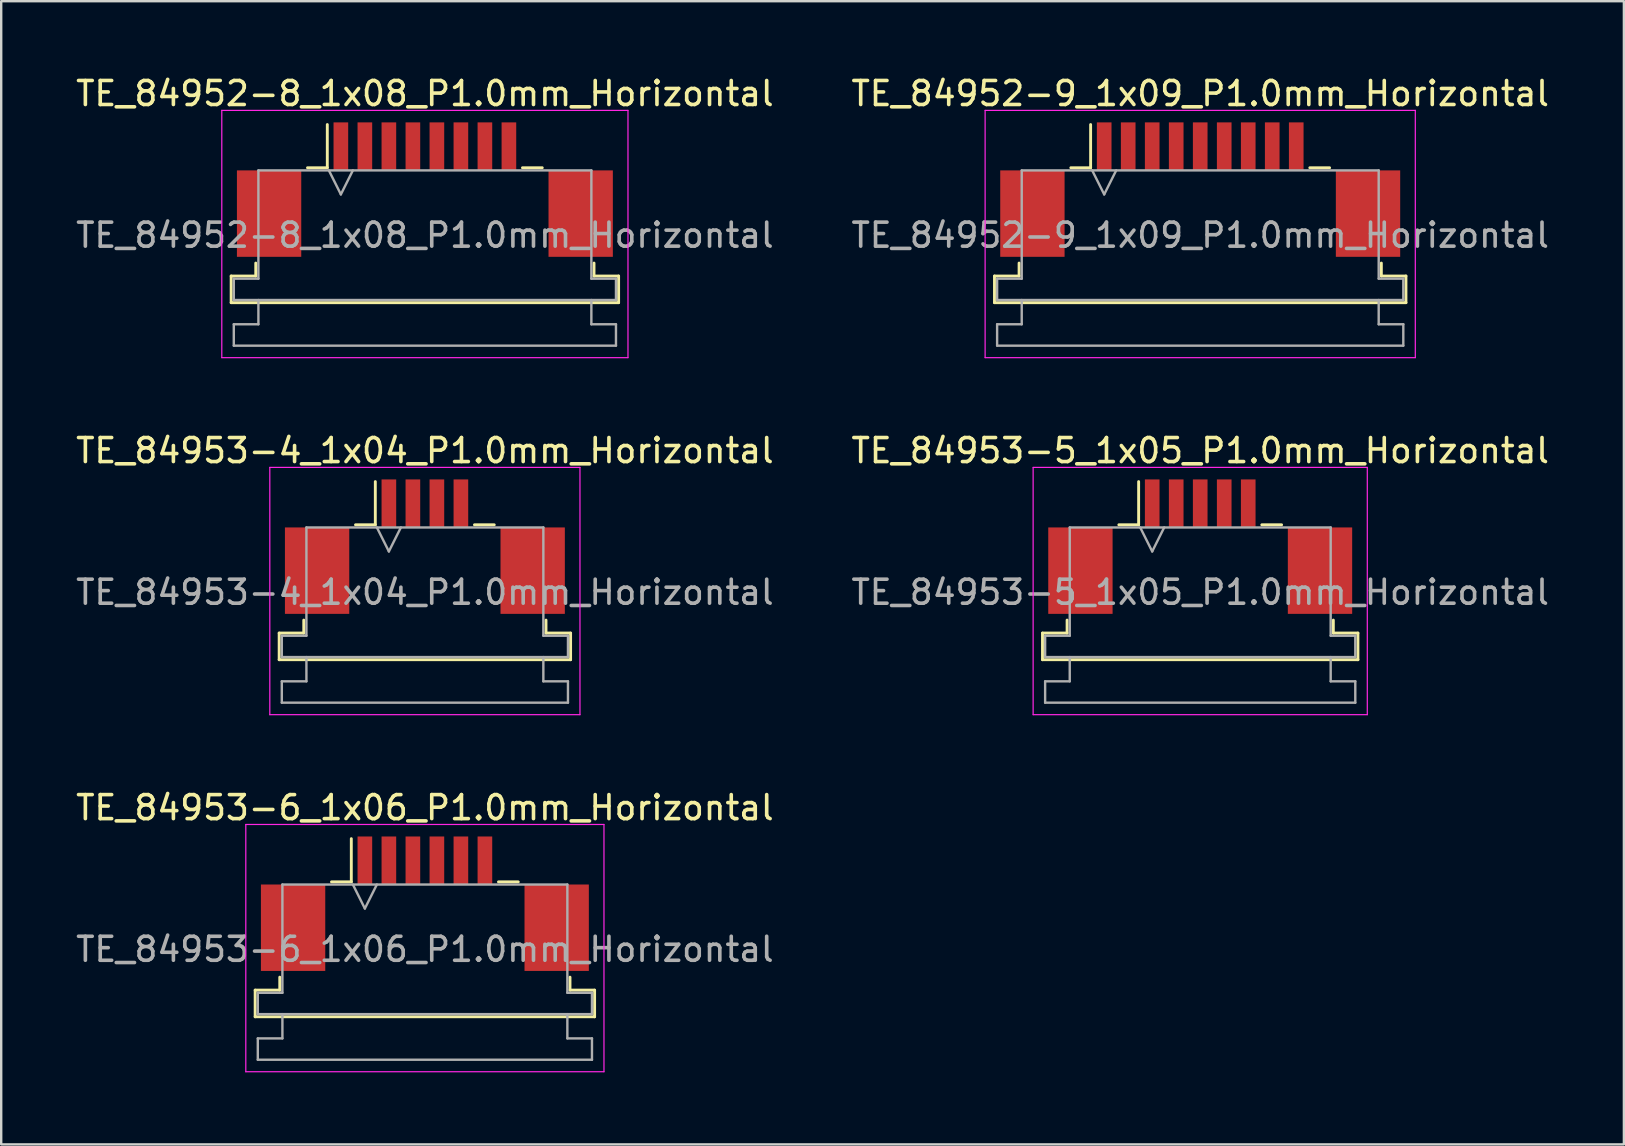
<source format=kicad_pcb>
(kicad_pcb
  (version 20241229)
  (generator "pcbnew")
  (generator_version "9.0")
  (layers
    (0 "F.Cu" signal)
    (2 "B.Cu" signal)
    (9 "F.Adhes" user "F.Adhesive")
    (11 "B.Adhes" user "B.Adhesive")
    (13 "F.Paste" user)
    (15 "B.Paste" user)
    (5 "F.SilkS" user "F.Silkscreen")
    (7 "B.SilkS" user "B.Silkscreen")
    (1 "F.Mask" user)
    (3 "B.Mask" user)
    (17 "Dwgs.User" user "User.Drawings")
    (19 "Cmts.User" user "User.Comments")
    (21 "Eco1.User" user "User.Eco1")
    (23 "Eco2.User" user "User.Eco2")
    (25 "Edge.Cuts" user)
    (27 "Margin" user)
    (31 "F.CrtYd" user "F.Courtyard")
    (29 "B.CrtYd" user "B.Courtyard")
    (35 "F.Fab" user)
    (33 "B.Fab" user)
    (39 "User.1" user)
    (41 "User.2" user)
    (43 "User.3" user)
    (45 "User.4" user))
  (footprint "TE_84952-8_1x08_P1.0mm_Horizontal"
    (layer "F.Cu")
    (at 14.649 4.848)
    (property "Reference" "TE_84952-8_1x08_P1.0mm_Horizontal" (at 0 -4 0) (layer "F.SilkS") (effects (font (size 1 1) (thickness 0.15))))
    (attr smd)
    (fp_line (start -8.07 3.6) (end -7.045 3.6) (stroke (width 0.12) (type solid)) (layer "F.SilkS"))
    (fp_line (start -8.07 4.71) (end -8.07 3.6) (stroke (width 0.12) (type solid)) (layer "F.SilkS"))
    (fp_line (start -7.045 3.6) (end -7.045 3.06) (stroke (width 0.12) (type solid)) (layer "F.SilkS"))
    (fp_line (start -4.89 -0.91) (end -4.065 -0.91) (stroke (width 0.12) (type solid)) (layer "F.SilkS"))
    (fp_line (start -4.065 -0.91) (end -4.065 -2.71) (stroke (width 0.12) (type solid)) (layer "F.SilkS"))
    (fp_line (start 4.065 -0.91) (end 4.89 -0.91) (stroke (width 0.12) (type solid)) (layer "F.SilkS"))
    (fp_line (start 7.045 3.06) (end 7.045 3.6) (stroke (width 0.12) (type solid)) (layer "F.SilkS"))
    (fp_line (start 7.045 3.6) (end 8.07 3.6) (stroke (width 0.12) (type solid)) (layer "F.SilkS"))
    (fp_line (start 8.07 3.6) (end 8.07 4.71) (stroke (width 0.12) (type solid)) (layer "F.SilkS"))
    (fp_line (start 8.07 4.71) (end -8.07 4.71) (stroke (width 0.12) (type solid)) (layer "F.SilkS"))
    (fp_line (start -8.46 -3.3) (end -8.46 7) (stroke (width 0.05) (type solid)) (layer "F.CrtYd"))
    (fp_line (start -8.46 7) (end 8.46 7) (stroke (width 0.05) (type solid)) (layer "F.CrtYd"))
    (fp_line (start 8.46 -3.3) (end -8.46 -3.3) (stroke (width 0.05) (type solid)) (layer "F.CrtYd"))
    (fp_line (start 8.46 7) (end 8.46 -3.3) (stroke (width 0.05) (type solid)) (layer "F.CrtYd"))
    (fp_line (start -7.96 3.71) (end -6.935 3.71) (stroke (width 0.1) (type solid)) (layer "F.Fab"))
    (fp_line (start -7.96 4.6) (end -7.96 3.71) (stroke (width 0.1) (type solid)) (layer "F.Fab"))
    (fp_line (start -7.96 5.61) (end -6.935 5.61) (stroke (width 0.1) (type solid)) (layer "F.Fab"))
    (fp_line (start -7.96 6.5) (end -7.96 5.61) (stroke (width 0.1) (type solid)) (layer "F.Fab"))
    (fp_line (start -6.935 -0.8) (end 6.935 -0.8) (stroke (width 0.1) (type solid)) (layer "F.Fab"))
    (fp_line (start -6.935 3.71) (end -6.935 -0.8) (stroke (width 0.1) (type solid)) (layer "F.Fab"))
    (fp_line (start -6.935 5.61) (end -6.935 4.6) (stroke (width 0.1) (type solid)) (layer "F.Fab"))
    (fp_line (start -4 -0.8) (end -3.5 0.2) (stroke (width 0.1) (type solid)) (layer "F.Fab"))
    (fp_line (start -3.5 0.2) (end -3 -0.8) (stroke (width 0.1) (type solid)) (layer "F.Fab"))
    (fp_line (start 6.935 -0.8) (end 6.935 3.71) (stroke (width 0.1) (type solid)) (layer "F.Fab"))
    (fp_line (start 6.935 3.71) (end 7.96 3.71) (stroke (width 0.1) (type solid)) (layer "F.Fab"))
    (fp_line (start 6.935 4.6) (end 6.935 5.61) (stroke (width 0.1) (type solid)) (layer "F.Fab"))
    (fp_line (start 6.935 5.61) (end 7.96 5.61) (stroke (width 0.1) (type solid)) (layer "F.Fab"))
    (fp_line (start 7.96 3.71) (end 7.96 4.6) (stroke (width 0.1) (type solid)) (layer "F.Fab"))
    (fp_line (start 7.96 4.6) (end -7.96 4.6) (stroke (width 0.1) (type solid)) (layer "F.Fab"))
    (fp_line (start 7.96 5.61) (end 7.96 6.5) (stroke (width 0.1) (type solid)) (layer "F.Fab"))
    (fp_line (start 7.96 6.5) (end -7.96 6.5) (stroke (width 0.1) (type solid)) (layer "F.Fab"))
    (fp_text user "${REFERENCE}" (at 0 1.9 0) (layer "F.Fab") (effects (font (size 1 1) (thickness 0.15))))
    (pad "" smd rect (at -6.49 1) (size 2.68 3.6) (layers "F.Cu" "F.Mask" "F.Paste"))
    (pad "" smd rect (at 6.49 1) (size 2.68 3.6) (layers "F.Cu" "F.Mask" "F.Paste"))
    (pad "1" smd rect (at -3.5 -1.8) (size 0.61 2) (layers "F.Cu" "F.Mask" "F.Paste"))
    (pad "2" smd rect (at -2.5 -1.8) (size 0.61 2) (layers "F.Cu" "F.Mask" "F.Paste"))
    (pad "3" smd rect (at -1.5 -1.8) (size 0.61 2) (layers "F.Cu" "F.Mask" "F.Paste"))
    (pad "4" smd rect (at -0.5 -1.8) (size 0.61 2) (layers "F.Cu" "F.Mask" "F.Paste"))
    (pad "5" smd rect (at 0.5 -1.8) (size 0.61 2) (layers "F.Cu" "F.Mask" "F.Paste"))
    (pad "6" smd rect (at 1.5 -1.8) (size 0.61 2) (layers "F.Cu" "F.Mask" "F.Paste"))
    (pad "7" smd rect (at 2.5 -1.8) (size 0.61 2) (layers "F.Cu" "F.Mask" "F.Paste"))
    (pad "8" smd rect (at 3.5 -1.8) (size 0.61 2) (layers "F.Cu" "F.Mask" "F.Paste")))
  (footprint "TE_84952-9_1x09_P1.0mm_Horizontal"
    (layer "F.Cu")
    (at 46.946 4.848)
    (property "Reference" "TE_84952-9_1x09_P1.0mm_Horizontal" (at 0 -4 0) (layer "F.SilkS") (effects (font (size 1 1) (thickness 0.15))))
    (attr smd)
    (fp_line (start -8.57 3.6) (end -7.545 3.6) (stroke (width 0.12) (type solid)) (layer "F.SilkS"))
    (fp_line (start -8.57 4.71) (end -8.57 3.6) (stroke (width 0.12) (type solid)) (layer "F.SilkS"))
    (fp_line (start -7.545 3.6) (end -7.545 3.06) (stroke (width 0.12) (type solid)) (layer "F.SilkS"))
    (fp_line (start -5.39 -0.91) (end -4.565 -0.91) (stroke (width 0.12) (type solid)) (layer "F.SilkS"))
    (fp_line (start -4.565 -0.91) (end -4.565 -2.71) (stroke (width 0.12) (type solid)) (layer "F.SilkS"))
    (fp_line (start 4.565 -0.91) (end 5.39 -0.91) (stroke (width 0.12) (type solid)) (layer "F.SilkS"))
    (fp_line (start 7.545 3.06) (end 7.545 3.6) (stroke (width 0.12) (type solid)) (layer "F.SilkS"))
    (fp_line (start 7.545 3.6) (end 8.57 3.6) (stroke (width 0.12) (type solid)) (layer "F.SilkS"))
    (fp_line (start 8.57 3.6) (end 8.57 4.71) (stroke (width 0.12) (type solid)) (layer "F.SilkS"))
    (fp_line (start 8.57 4.71) (end -8.57 4.71) (stroke (width 0.12) (type solid)) (layer "F.SilkS"))
    (fp_line (start -8.96 -3.3) (end -8.96 7) (stroke (width 0.05) (type solid)) (layer "F.CrtYd"))
    (fp_line (start -8.96 7) (end 8.96 7) (stroke (width 0.05) (type solid)) (layer "F.CrtYd"))
    (fp_line (start 8.96 -3.3) (end -8.96 -3.3) (stroke (width 0.05) (type solid)) (layer "F.CrtYd"))
    (fp_line (start 8.96 7) (end 8.96 -3.3) (stroke (width 0.05) (type solid)) (layer "F.CrtYd"))
    (fp_line (start -8.46 3.71) (end -7.435 3.71) (stroke (width 0.1) (type solid)) (layer "F.Fab"))
    (fp_line (start -8.46 4.6) (end -8.46 3.71) (stroke (width 0.1) (type solid)) (layer "F.Fab"))
    (fp_line (start -8.46 5.61) (end -7.435 5.61) (stroke (width 0.1) (type solid)) (layer "F.Fab"))
    (fp_line (start -8.46 6.5) (end -8.46 5.61) (stroke (width 0.1) (type solid)) (layer "F.Fab"))
    (fp_line (start -7.435 -0.8) (end 7.435 -0.8) (stroke (width 0.1) (type solid)) (layer "F.Fab"))
    (fp_line (start -7.435 3.71) (end -7.435 -0.8) (stroke (width 0.1) (type solid)) (layer "F.Fab"))
    (fp_line (start -7.435 5.61) (end -7.435 4.6) (stroke (width 0.1) (type solid)) (layer "F.Fab"))
    (fp_line (start -4.5 -0.8) (end -4 0.2) (stroke (width 0.1) (type solid)) (layer "F.Fab"))
    (fp_line (start -4 0.2) (end -3.5 -0.8) (stroke (width 0.1) (type solid)) (layer "F.Fab"))
    (fp_line (start 7.435 -0.8) (end 7.435 3.71) (stroke (width 0.1) (type solid)) (layer "F.Fab"))
    (fp_line (start 7.435 3.71) (end 8.46 3.71) (stroke (width 0.1) (type solid)) (layer "F.Fab"))
    (fp_line (start 7.435 4.6) (end 7.435 5.61) (stroke (width 0.1) (type solid)) (layer "F.Fab"))
    (fp_line (start 7.435 5.61) (end 8.46 5.61) (stroke (width 0.1) (type solid)) (layer "F.Fab"))
    (fp_line (start 8.46 3.71) (end 8.46 4.6) (stroke (width 0.1) (type solid)) (layer "F.Fab"))
    (fp_line (start 8.46 4.6) (end -8.46 4.6) (stroke (width 0.1) (type solid)) (layer "F.Fab"))
    (fp_line (start 8.46 5.61) (end 8.46 6.5) (stroke (width 0.1) (type solid)) (layer "F.Fab"))
    (fp_line (start 8.46 6.5) (end -8.46 6.5) (stroke (width 0.1) (type solid)) (layer "F.Fab"))
    (fp_text user "${REFERENCE}" (at 0 1.9 0) (layer "F.Fab") (effects (font (size 1 1) (thickness 0.15))))
    (pad "" smd rect (at -6.99 1) (size 2.68 3.6) (layers "F.Cu" "F.Mask" "F.Paste"))
    (pad "" smd rect (at 6.99 1) (size 2.68 3.6) (layers "F.Cu" "F.Mask" "F.Paste"))
    (pad "1" smd rect (at -4 -1.8) (size 0.61 2) (layers "F.Cu" "F.Mask" "F.Paste"))
    (pad "2" smd rect (at -3 -1.8) (size 0.61 2) (layers "F.Cu" "F.Mask" "F.Paste"))
    (pad "3" smd rect (at -2 -1.8) (size 0.61 2) (layers "F.Cu" "F.Mask" "F.Paste"))
    (pad "4" smd rect (at -1 -1.8) (size 0.61 2) (layers "F.Cu" "F.Mask" "F.Paste"))
    (pad "5" smd rect (at 0 -1.8) (size 0.61 2) (layers "F.Cu" "F.Mask" "F.Paste"))
    (pad "6" smd rect (at 1 -1.8) (size 0.61 2) (layers "F.Cu" "F.Mask" "F.Paste"))
    (pad "7" smd rect (at 2 -1.8) (size 0.61 2) (layers "F.Cu" "F.Mask" "F.Paste"))
    (pad "8" smd rect (at 3 -1.8) (size 0.61 2) (layers "F.Cu" "F.Mask" "F.Paste"))
    (pad "9" smd rect (at 4 -1.8) (size 0.61 2) (layers "F.Cu" "F.Mask" "F.Paste")))
  (footprint "TE_84953-6_1x06_P1.0mm_Horizontal"
    (layer "F.Cu")
    (at 14.649 34.595)
    (property "Reference" "TE_84953-6_1x06_P1.0mm_Horizontal" (at 0 -4 0) (layer "F.SilkS") (effects (font (size 1 1) (thickness 0.15))))
    (attr smd)
    (fp_line (start -7.07 3.6) (end -6.045 3.6) (stroke (width 0.12) (type solid)) (layer "F.SilkS"))
    (fp_line (start -7.07 4.71) (end -7.07 3.6) (stroke (width 0.12) (type solid)) (layer "F.SilkS"))
    (fp_line (start -6.045 3.6) (end -6.045 3.06) (stroke (width 0.12) (type solid)) (layer "F.SilkS"))
    (fp_line (start -3.89 -0.91) (end -3.065 -0.91) (stroke (width 0.12) (type solid)) (layer "F.SilkS"))
    (fp_line (start -3.065 -0.91) (end -3.065 -2.71) (stroke (width 0.12) (type solid)) (layer "F.SilkS"))
    (fp_line (start 3.065 -0.91) (end 3.89 -0.91) (stroke (width 0.12) (type solid)) (layer "F.SilkS"))
    (fp_line (start 6.045 3.06) (end 6.045 3.6) (stroke (width 0.12) (type solid)) (layer "F.SilkS"))
    (fp_line (start 6.045 3.6) (end 7.07 3.6) (stroke (width 0.12) (type solid)) (layer "F.SilkS"))
    (fp_line (start 7.07 3.6) (end 7.07 4.71) (stroke (width 0.12) (type solid)) (layer "F.SilkS"))
    (fp_line (start 7.07 4.71) (end -7.07 4.71) (stroke (width 0.12) (type solid)) (layer "F.SilkS"))
    (fp_line (start -7.46 -3.3) (end -7.46 7) (stroke (width 0.05) (type solid)) (layer "F.CrtYd"))
    (fp_line (start -7.46 7) (end 7.46 7) (stroke (width 0.05) (type solid)) (layer "F.CrtYd"))
    (fp_line (start 7.46 -3.3) (end -7.46 -3.3) (stroke (width 0.05) (type solid)) (layer "F.CrtYd"))
    (fp_line (start 7.46 7) (end 7.46 -3.3) (stroke (width 0.05) (type solid)) (layer "F.CrtYd"))
    (fp_line (start -6.96 3.71) (end -5.935 3.71) (stroke (width 0.1) (type solid)) (layer "F.Fab"))
    (fp_line (start -6.96 4.6) (end -6.96 3.71) (stroke (width 0.1) (type solid)) (layer "F.Fab"))
    (fp_line (start -6.96 5.61) (end -5.935 5.61) (stroke (width 0.1) (type solid)) (layer "F.Fab"))
    (fp_line (start -6.96 6.5) (end -6.96 5.61) (stroke (width 0.1) (type solid)) (layer "F.Fab"))
    (fp_line (start -5.935 -0.8) (end 5.935 -0.8) (stroke (width 0.1) (type solid)) (layer "F.Fab"))
    (fp_line (start -5.935 3.71) (end -5.935 -0.8) (stroke (width 0.1) (type solid)) (layer "F.Fab"))
    (fp_line (start -5.935 5.61) (end -5.935 4.6) (stroke (width 0.1) (type solid)) (layer "F.Fab"))
    (fp_line (start -3 -0.8) (end -2.5 0.2) (stroke (width 0.1) (type solid)) (layer "F.Fab"))
    (fp_line (start -2.5 0.2) (end -2 -0.8) (stroke (width 0.1) (type solid)) (layer "F.Fab"))
    (fp_line (start 5.935 -0.8) (end 5.935 3.71) (stroke (width 0.1) (type solid)) (layer "F.Fab"))
    (fp_line (start 5.935 3.71) (end 6.96 3.71) (stroke (width 0.1) (type solid)) (layer "F.Fab"))
    (fp_line (start 5.935 4.6) (end 5.935 5.61) (stroke (width 0.1) (type solid)) (layer "F.Fab"))
    (fp_line (start 5.935 5.61) (end 6.96 5.61) (stroke (width 0.1) (type solid)) (layer "F.Fab"))
    (fp_line (start 6.96 3.71) (end 6.96 4.6) (stroke (width 0.1) (type solid)) (layer "F.Fab"))
    (fp_line (start 6.96 4.6) (end -6.96 4.6) (stroke (width 0.1) (type solid)) (layer "F.Fab"))
    (fp_line (start 6.96 5.61) (end 6.96 6.5) (stroke (width 0.1) (type solid)) (layer "F.Fab"))
    (fp_line (start 6.96 6.5) (end -6.96 6.5) (stroke (width 0.1) (type solid)) (layer "F.Fab"))
    (fp_text user "${REFERENCE}" (at 0 1.9 0) (layer "F.Fab") (effects (font (size 1 1) (thickness 0.15))))
    (pad "" smd rect (at -5.49 1) (size 2.68 3.6) (layers "F.Cu" "F.Mask" "F.Paste"))
    (pad "" smd rect (at 5.49 1) (size 2.68 3.6) (layers "F.Cu" "F.Mask" "F.Paste"))
    (pad "1" smd rect (at -2.5 -1.8) (size 0.61 2) (layers "F.Cu" "F.Mask" "F.Paste"))
    (pad "2" smd rect (at -1.5 -1.8) (size 0.61 2) (layers "F.Cu" "F.Mask" "F.Paste"))
    (pad "3" smd rect (at -0.5 -1.8) (size 0.61 2) (layers "F.Cu" "F.Mask" "F.Paste"))
    (pad "4" smd rect (at 0.5 -1.8) (size 0.61 2) (layers "F.Cu" "F.Mask" "F.Paste"))
    (pad "5" smd rect (at 1.5 -1.8) (size 0.61 2) (layers "F.Cu" "F.Mask" "F.Paste"))
    (pad "6" smd rect (at 2.5 -1.8) (size 0.61 2) (layers "F.Cu" "F.Mask" "F.Paste")))
  (footprint "TE_84953-5_1x05_P1.0mm_Horizontal"
    (layer "F.Cu")
    (at 46.946 19.721)
    (property "Reference" "TE_84953-5_1x05_P1.0mm_Horizontal" (at 0 -4 0) (layer "F.SilkS") (effects (font (size 1 1) (thickness 0.15))))
    (attr smd)
    (fp_line (start -6.57 3.6) (end -5.545 3.6) (stroke (width 0.12) (type solid)) (layer "F.SilkS"))
    (fp_line (start -6.57 4.71) (end -6.57 3.6) (stroke (width 0.12) (type solid)) (layer "F.SilkS"))
    (fp_line (start -5.545 3.6) (end -5.545 3.06) (stroke (width 0.12) (type solid)) (layer "F.SilkS"))
    (fp_line (start -3.39 -0.91) (end -2.565 -0.91) (stroke (width 0.12) (type solid)) (layer "F.SilkS"))
    (fp_line (start -2.565 -0.91) (end -2.565 -2.71) (stroke (width 0.12) (type solid)) (layer "F.SilkS"))
    (fp_line (start 2.565 -0.91) (end 3.39 -0.91) (stroke (width 0.12) (type solid)) (layer "F.SilkS"))
    (fp_line (start 5.545 3.06) (end 5.545 3.6) (stroke (width 0.12) (type solid)) (layer "F.SilkS"))
    (fp_line (start 5.545 3.6) (end 6.57 3.6) (stroke (width 0.12) (type solid)) (layer "F.SilkS"))
    (fp_line (start 6.57 3.6) (end 6.57 4.71) (stroke (width 0.12) (type solid)) (layer "F.SilkS"))
    (fp_line (start 6.57 4.71) (end -6.57 4.71) (stroke (width 0.12) (type solid)) (layer "F.SilkS"))
    (fp_line (start -6.96 -3.3) (end -6.96 7) (stroke (width 0.05) (type solid)) (layer "F.CrtYd"))
    (fp_line (start -6.96 7) (end 6.96 7) (stroke (width 0.05) (type solid)) (layer "F.CrtYd"))
    (fp_line (start 6.96 -3.3) (end -6.96 -3.3) (stroke (width 0.05) (type solid)) (layer "F.CrtYd"))
    (fp_line (start 6.96 7) (end 6.96 -3.3) (stroke (width 0.05) (type solid)) (layer "F.CrtYd"))
    (fp_line (start -6.46 3.71) (end -5.435 3.71) (stroke (width 0.1) (type solid)) (layer "F.Fab"))
    (fp_line (start -6.46 4.6) (end -6.46 3.71) (stroke (width 0.1) (type solid)) (layer "F.Fab"))
    (fp_line (start -6.46 5.61) (end -5.435 5.61) (stroke (width 0.1) (type solid)) (layer "F.Fab"))
    (fp_line (start -6.46 6.5) (end -6.46 5.61) (stroke (width 0.1) (type solid)) (layer "F.Fab"))
    (fp_line (start -5.435 -0.8) (end 5.435 -0.8) (stroke (width 0.1) (type solid)) (layer "F.Fab"))
    (fp_line (start -5.435 3.71) (end -5.435 -0.8) (stroke (width 0.1) (type solid)) (layer "F.Fab"))
    (fp_line (start -5.435 5.61) (end -5.435 4.6) (stroke (width 0.1) (type solid)) (layer "F.Fab"))
    (fp_line (start -2.5 -0.8) (end -2 0.2) (stroke (width 0.1) (type solid)) (layer "F.Fab"))
    (fp_line (start -2 0.2) (end -1.5 -0.8) (stroke (width 0.1) (type solid)) (layer "F.Fab"))
    (fp_line (start 5.435 -0.8) (end 5.435 3.71) (stroke (width 0.1) (type solid)) (layer "F.Fab"))
    (fp_line (start 5.435 3.71) (end 6.46 3.71) (stroke (width 0.1) (type solid)) (layer "F.Fab"))
    (fp_line (start 5.435 4.6) (end 5.435 5.61) (stroke (width 0.1) (type solid)) (layer "F.Fab"))
    (fp_line (start 5.435 5.61) (end 6.46 5.61) (stroke (width 0.1) (type solid)) (layer "F.Fab"))
    (fp_line (start 6.46 3.71) (end 6.46 4.6) (stroke (width 0.1) (type solid)) (layer "F.Fab"))
    (fp_line (start 6.46 4.6) (end -6.46 4.6) (stroke (width 0.1) (type solid)) (layer "F.Fab"))
    (fp_line (start 6.46 5.61) (end 6.46 6.5) (stroke (width 0.1) (type solid)) (layer "F.Fab"))
    (fp_line (start 6.46 6.5) (end -6.46 6.5) (stroke (width 0.1) (type solid)) (layer "F.Fab"))
    (fp_text user "${REFERENCE}" (at 0 1.9 0) (layer "F.Fab") (effects (font (size 1 1) (thickness 0.15))))
    (pad "" smd rect (at -4.99 1) (size 2.68 3.6) (layers "F.Cu" "F.Mask" "F.Paste"))
    (pad "" smd rect (at 4.99 1) (size 2.68 3.6) (layers "F.Cu" "F.Mask" "F.Paste"))
    (pad "1" smd rect (at -2 -1.8) (size 0.61 2) (layers "F.Cu" "F.Mask" "F.Paste"))
    (pad "2" smd rect (at -1 -1.8) (size 0.61 2) (layers "F.Cu" "F.Mask" "F.Paste"))
    (pad "3" smd rect (at 0 -1.8) (size 0.61 2) (layers "F.Cu" "F.Mask" "F.Paste"))
    (pad "4" smd rect (at 1 -1.8) (size 0.61 2) (layers "F.Cu" "F.Mask" "F.Paste"))
    (pad "5" smd rect (at 2 -1.8) (size 0.61 2) (layers "F.Cu" "F.Mask" "F.Paste")))
  (footprint "TE_84953-4_1x04_P1.0mm_Horizontal"
    (layer "F.Cu")
    (at 14.649 19.721)
    (property "Reference" "TE_84953-4_1x04_P1.0mm_Horizontal" (at 0 -4 0) (layer "F.SilkS") (effects (font (size 1 1) (thickness 0.15))))
    (attr smd)
    (fp_line (start -6.07 3.6) (end -5.045 3.6) (stroke (width 0.12) (type solid)) (layer "F.SilkS"))
    (fp_line (start -6.07 4.71) (end -6.07 3.6) (stroke (width 0.12) (type solid)) (layer "F.SilkS"))
    (fp_line (start -5.045 3.6) (end -5.045 3.06) (stroke (width 0.12) (type solid)) (layer "F.SilkS"))
    (fp_line (start -2.89 -0.91) (end -2.065 -0.91) (stroke (width 0.12) (type solid)) (layer "F.SilkS"))
    (fp_line (start -2.065 -0.91) (end -2.065 -2.71) (stroke (width 0.12) (type solid)) (layer "F.SilkS"))
    (fp_line (start 2.065 -0.91) (end 2.89 -0.91) (stroke (width 0.12) (type solid)) (layer "F.SilkS"))
    (fp_line (start 5.045 3.06) (end 5.045 3.6) (stroke (width 0.12) (type solid)) (layer "F.SilkS"))
    (fp_line (start 5.045 3.6) (end 6.07 3.6) (stroke (width 0.12) (type solid)) (layer "F.SilkS"))
    (fp_line (start 6.07 3.6) (end 6.07 4.71) (stroke (width 0.12) (type solid)) (layer "F.SilkS"))
    (fp_line (start 6.07 4.71) (end -6.07 4.71) (stroke (width 0.12) (type solid)) (layer "F.SilkS"))
    (fp_line (start -6.46 -3.3) (end -6.46 7) (stroke (width 0.05) (type solid)) (layer "F.CrtYd"))
    (fp_line (start -6.46 7) (end 6.46 7) (stroke (width 0.05) (type solid)) (layer "F.CrtYd"))
    (fp_line (start 6.46 -3.3) (end -6.46 -3.3) (stroke (width 0.05) (type solid)) (layer "F.CrtYd"))
    (fp_line (start 6.46 7) (end 6.46 -3.3) (stroke (width 0.05) (type solid)) (layer "F.CrtYd"))
    (fp_line (start -5.96 3.71) (end -4.935 3.71) (stroke (width 0.1) (type solid)) (layer "F.Fab"))
    (fp_line (start -5.96 4.6) (end -5.96 3.71) (stroke (width 0.1) (type solid)) (layer "F.Fab"))
    (fp_line (start -5.96 5.61) (end -4.935 5.61) (stroke (width 0.1) (type solid)) (layer "F.Fab"))
    (fp_line (start -5.96 6.5) (end -5.96 5.61) (stroke (width 0.1) (type solid)) (layer "F.Fab"))
    (fp_line (start -4.935 -0.8) (end 4.935 -0.8) (stroke (width 0.1) (type solid)) (layer "F.Fab"))
    (fp_line (start -4.935 3.71) (end -4.935 -0.8) (stroke (width 0.1) (type solid)) (layer "F.Fab"))
    (fp_line (start -4.935 5.61) (end -4.935 4.6) (stroke (width 0.1) (type solid)) (layer "F.Fab"))
    (fp_line (start -2 -0.8) (end -1.5 0.2) (stroke (width 0.1) (type solid)) (layer "F.Fab"))
    (fp_line (start -1.5 0.2) (end -1 -0.8) (stroke (width 0.1) (type solid)) (layer "F.Fab"))
    (fp_line (start 4.935 -0.8) (end 4.935 3.71) (stroke (width 0.1) (type solid)) (layer "F.Fab"))
    (fp_line (start 4.935 3.71) (end 5.96 3.71) (stroke (width 0.1) (type solid)) (layer "F.Fab"))
    (fp_line (start 4.935 4.6) (end 4.935 5.61) (stroke (width 0.1) (type solid)) (layer "F.Fab"))
    (fp_line (start 4.935 5.61) (end 5.96 5.61) (stroke (width 0.1) (type solid)) (layer "F.Fab"))
    (fp_line (start 5.96 3.71) (end 5.96 4.6) (stroke (width 0.1) (type solid)) (layer "F.Fab"))
    (fp_line (start 5.96 4.6) (end -5.96 4.6) (stroke (width 0.1) (type solid)) (layer "F.Fab"))
    (fp_line (start 5.96 5.61) (end 5.96 6.5) (stroke (width 0.1) (type solid)) (layer "F.Fab"))
    (fp_line (start 5.96 6.5) (end -5.96 6.5) (stroke (width 0.1) (type solid)) (layer "F.Fab"))
    (fp_text user "${REFERENCE}" (at 0 1.9 0) (layer "F.Fab") (effects (font (size 1 1) (thickness 0.15))))
    (pad "" smd rect (at -4.49 1) (size 2.68 3.6) (layers "F.Cu" "F.Mask" "F.Paste"))
    (pad "" smd rect (at 4.49 1) (size 2.68 3.6) (layers "F.Cu" "F.Mask" "F.Paste"))
    (pad "1" smd rect (at -1.5 -1.8) (size 0.61 2) (layers "F.Cu" "F.Mask" "F.Paste"))
    (pad "2" smd rect (at -0.5 -1.8) (size 0.61 2) (layers "F.Cu" "F.Mask" "F.Paste"))
    (pad "3" smd rect (at 0.5 -1.8) (size 0.61 2) (layers "F.Cu" "F.Mask" "F.Paste"))
    (pad "4" smd rect (at 1.5 -1.8) (size 0.61 2) (layers "F.Cu" "F.Mask" "F.Paste")))
  (gr_rect
    (start -3 -3)
    (end 64.595 44.62)
    (stroke (width 0.1) (type default))
    (fill no)
    (layer "Edge.Cuts")))
</source>
